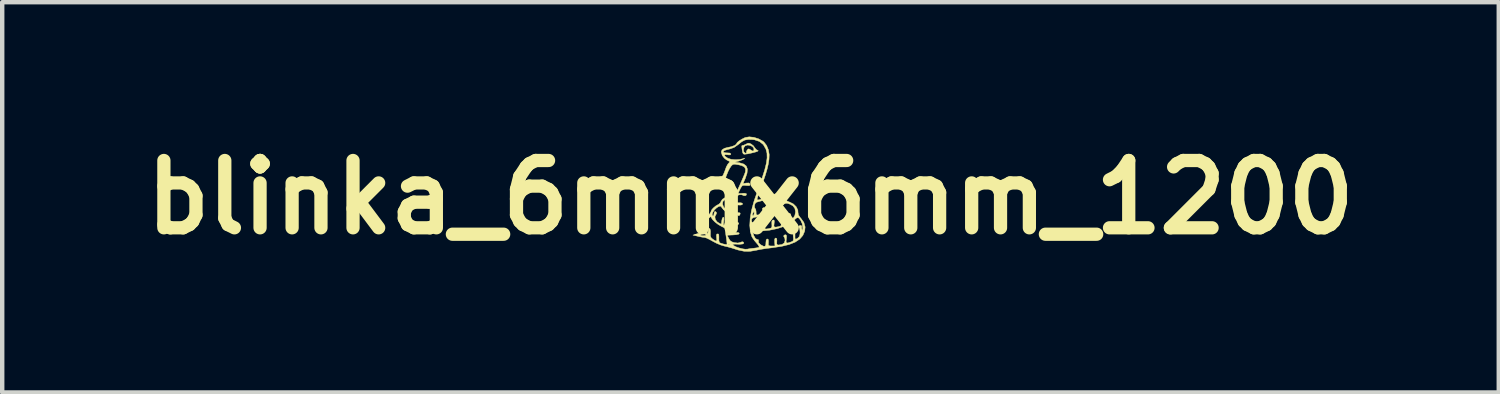
<source format=kicad_pcb>
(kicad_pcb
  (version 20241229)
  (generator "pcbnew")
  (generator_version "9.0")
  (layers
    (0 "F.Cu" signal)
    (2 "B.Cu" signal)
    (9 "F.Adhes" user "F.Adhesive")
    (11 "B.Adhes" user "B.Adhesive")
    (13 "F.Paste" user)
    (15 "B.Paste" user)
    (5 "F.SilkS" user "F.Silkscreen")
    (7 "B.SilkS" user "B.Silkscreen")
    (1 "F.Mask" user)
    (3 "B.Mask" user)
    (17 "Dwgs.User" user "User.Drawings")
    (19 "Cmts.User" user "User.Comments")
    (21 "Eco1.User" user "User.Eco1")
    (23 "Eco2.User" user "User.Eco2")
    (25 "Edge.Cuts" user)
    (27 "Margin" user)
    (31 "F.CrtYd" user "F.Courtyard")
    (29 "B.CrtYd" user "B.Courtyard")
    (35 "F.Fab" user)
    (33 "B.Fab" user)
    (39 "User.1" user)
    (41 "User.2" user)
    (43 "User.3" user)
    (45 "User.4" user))
  (footprint "blinka_6mmx6mm_1200"
    (layer "F.Cu")
    (at 13.941 1.418)
    (property "Reference" "blinka_6mmx6mm_1200" (at 0 0 0) (layer "F.SilkS") (effects (font (size 1.524 1.524) (thickness 0.3))))
    (attr through_hole)
    (fp_poly (pts (xy 0.016 -1.206) (xy 0.065 -1.168) (xy 0.095 -1.126) (xy 0.128 -1.084) (xy 0.158 -1.066) (xy 0.176 -1.055) (xy 0.161 -1.043) (xy 0.11 -1.025) (xy 0.106 -1.024) (xy 0.023 -1.003) (xy -0.061 -0.985) (xy -0.078 -0.983) (xy -0.135 -0.976) (xy -0.163 -0.984) (xy -0.175 -1.009) (xy -0.178 -1.019) (xy -0.188 -1.075) (xy -0.161 -1.075) (xy -0.15 -1.029) (xy -0.147 -1.026) (xy -0.12 -1.003) (xy -0.096 -0.995) (xy -0.09 -1.005) (xy -0.093 -1.013) (xy -0.091 -1.042) (xy -0.076 -1.07) (xy -0.053 -1.095) (xy -0.03 -1.095) (xy 0.008 -1.072) (xy 0.048 -1.049) (xy 0.068 -1.051) (xy 0.077 -1.069) (xy 0.075 -1.113) (xy 0.042 -1.151) (xy -0.009 -1.177) (xy -0.066 -1.185) (xy -0.119 -1.169) (xy -0.119 -1.169) (xy -0.149 -1.129) (xy -0.161 -1.075) (xy -0.188 -1.075) (xy -0.194 -1.11) (xy -0.198 -1.162) (xy -0.19 -1.174) (xy -0.189 -1.174) (xy -0.162 -1.177) (xy -0.116 -1.197) (xy -0.108 -1.201) (xy -0.06 -1.224) (xy -0.024 -1.224) (xy 0.016 -1.206)) (stroke (width 0.01) (type solid)) (fill yes) (layer "F.SilkS"))
    (fp_poly (pts (xy 0.078 -1.358) (xy 0.185 -1.324) (xy 0.28 -1.271) (xy 0.304 -1.252) (xy 0.363 -1.177) (xy 0.405 -1.077) (xy 0.423 -0.971) (xy 0.423 -0.957) (xy 0.419 -0.861) (xy 0.404 -0.759) (xy 0.377 -0.643) (xy 0.337 -0.507) (xy 0.28 -0.342) (xy 0.263 -0.295) (xy 0.224 -0.185) (xy 0.191 -0.089) (xy 0.165 -0.014) (xy 0.151 0.033) (xy 0.148 0.045) (xy 0.166 0.059) (xy 0.218 0.05) (xy 0.303 0.02) (xy 0.399 -0.022) (xy 0.48 -0.055) (xy 0.559 -0.077) (xy 0.612 -0.085) (xy 0.684 -0.071) (xy 0.744 -0.035) (xy 0.779 0.013) (xy 0.783 0.038) (xy 0.803 0.069) (xy 0.862 0.099) (xy 0.884 0.106) (xy 0.97 0.149) (xy 1.035 0.213) (xy 1.072 0.289) (xy 1.076 0.343) (xy 1.084 0.397) (xy 1.123 0.455) (xy 1.138 0.471) (xy 1.208 0.568) (xy 1.237 0.671) (xy 1.227 0.765) (xy 1.185 0.863) (xy 1.114 0.945) (xy 1.012 1.013) (xy 0.876 1.067) (xy 0.705 1.109) (xy 0.495 1.14) (xy 0.466 1.144) (xy 0.359 1.157) (xy 0.251 1.174) (xy 0.16 1.191) (xy 0.138 1.196) (xy -0.009 1.222) (xy -0.142 1.221) (xy -0.28 1.192) (xy -0.328 1.177) (xy -0.423 1.147) (xy -0.523 1.119) (xy -0.596 1.102) (xy -0.676 1.078) (xy -0.771 1.038) (xy -0.854 0.994) (xy -0.928 0.953) (xy -0.993 0.922) (xy -1.038 0.908) (xy -1.041 0.908) (xy -1.09 0.902) (xy -1.16 0.889) (xy -1.196 0.88) (xy -1.302 0.855) (xy -1.277 0.847) (xy -1.132 0.847) (xy -1.123 0.861) (xy -1.08 0.868) (xy -1.069 0.868) (xy -1.02 0.863) (xy -1.004 0.85) (xy -1.005 0.847) (xy -1.035 0.83) (xy -1.069 0.826) (xy -1.113 0.833) (xy -1.132 0.847) (xy -1.277 0.847) (xy -1.18 0.815) (xy -1.058 0.775) (xy -1.058 0.672) (xy -1.058 0.667) (xy -1.017 0.667) (xy -0.992 0.773) (xy -0.991 0.776) (xy -0.965 0.836) (xy -0.957 0.766) (xy -0.946 0.715) (xy -0.93 0.701) (xy -0.915 0.719) (xy -0.906 0.765) (xy -0.907 0.809) (xy -0.908 0.871) (xy -0.895 0.91) (xy -0.861 0.942) (xy -0.85 0.95) (xy -0.797 0.984) (xy -0.77 0.989) (xy -0.763 0.96) (xy -0.768 0.91) (xy -0.771 0.852) (xy -0.758 0.828) (xy -0.725 0.831) (xy -0.725 0.831) (xy -0.717 0.853) (xy -0.715 0.902) (xy -0.716 0.924) (xy -0.715 0.989) (xy -0.699 1.026) (xy -0.697 1.028) (xy -0.661 1.042) (xy -0.61 1.057) (xy -0.561 1.067) (xy -0.533 1.067) (xy -0.532 1.067) (xy -0.532 1.065) (xy -0.501 1.065) (xy -0.498 1.078) (xy -0.487 1.079) (xy -0.469 1.072) (xy -0.473 1.065) (xy -0.498 1.063) (xy -0.501 1.065) (xy -0.532 1.065) (xy -0.532 1.045) (xy -0.537 0.991) (xy -0.547 0.915) (xy -0.553 0.878) (xy -0.581 0.695) (xy -0.666 0.652) (xy -0.738 0.609) (xy -0.806 0.556) (xy -0.858 0.503) (xy -0.887 0.458) (xy -0.89 0.446) (xy -0.901 0.436) (xy -0.935 0.463) (xy -0.953 0.482) (xy -1.004 0.567) (xy -1.017 0.667) (xy -1.058 0.667) (xy -1.052 0.588) (xy -1.03 0.52) (xy -0.985 0.45) (xy -0.949 0.407) (xy -0.933 0.386) (xy -0.868 0.386) (xy -0.858 0.417) (xy -0.847 0.423) (xy -0.831 0.405) (xy -0.826 0.37) (xy -0.816 0.328) (xy -0.794 0.319) (xy -0.771 0.341) (xy -0.771 0.373) (xy -0.781 0.387) (xy -0.806 0.438) (xy -0.797 0.498) (xy -0.758 0.552) (xy -0.736 0.568) (xy -0.691 0.595) (xy -0.664 0.606) (xy -0.662 0.606) (xy -0.657 0.583) (xy -0.651 0.535) (xy -0.65 0.529) (xy -0.64 0.479) (xy -0.621 0.451) (xy -0.619 0.45) (xy -0.604 0.456) (xy -0.601 0.493) (xy -0.606 0.538) (xy -0.612 0.604) (xy -0.607 0.632) (xy -0.594 0.625) (xy -0.577 0.586) (xy -0.559 0.517) (xy -0.555 0.496) (xy -0.528 0.356) (xy -0.589 0.3) (xy -0.616 0.271) (xy -0.508 0.271) (xy -0.504 0.295) (xy -0.49 0.279) (xy -0.487 0.275) (xy -0.469 0.239) (xy -0.466 0.226) (xy -0.479 0.219) (xy -0.487 0.222) (xy -0.505 0.252) (xy -0.508 0.271) (xy -0.616 0.271) (xy -0.631 0.256) (xy -0.657 0.219) (xy -0.659 0.214) (xy -0.681 0.197) (xy -0.72 0.207) (xy -0.766 0.236) (xy -0.812 0.279) (xy -0.848 0.328) (xy -0.867 0.375) (xy -0.868 0.386) (xy -0.933 0.386) (xy -0.912 0.357) (xy -0.891 0.317) (xy -0.889 0.308) (xy -0.873 0.275) (xy -0.833 0.233) (xy -0.781 0.191) (xy -0.731 0.163) (xy -0.722 0.159) (xy -0.71 0.15) (xy -0.635 0.15) (xy -0.608 0.22) (xy -0.602 0.228) (xy -0.568 0.26) (xy -0.541 0.257) (xy -0.533 0.224) (xy -0.536 0.209) (xy -0.534 0.168) (xy -0.508 0.154) (xy -0.478 0.168) (xy -0.455 0.175) (xy -0.434 0.15) (xy -0.423 0.127) (xy -0.407 0.074) (xy -0.419 0.046) (xy -0.464 0.036) (xy -0.499 0.036) (xy -0.578 0.052) (xy -0.624 0.092) (xy -0.635 0.15) (xy -0.71 0.15) (xy -0.686 0.131) (xy -0.668 0.093) (xy -0.636 0.044) (xy -0.576 0.007) (xy -0.5 -0.012) (xy -0.438 -0.01) (xy -0.37 0.002) (xy -0.25 -0.259) (xy -0.205 -0.36) (xy -0.165 -0.452) (xy -0.134 -0.525) (xy -0.118 -0.571) (xy -0.116 -0.575) (xy -0.112 -0.641) (xy -0.139 -0.689) (xy -0.202 -0.721) (xy -0.269 -0.737) (xy -0.339 -0.749) (xy -0.382 -0.749) (xy -0.41 -0.736) (xy -0.437 -0.709) (xy -0.47 -0.661) (xy -0.506 -0.591) (xy -0.529 -0.535) (xy -0.558 -0.461) (xy -0.588 -0.397) (xy -0.605 -0.365) (xy -0.635 -0.33) (xy -0.659 -0.318) (xy -0.668 -0.332) (xy -0.664 -0.349) (xy -0.664 -0.376) (xy -0.674 -0.381) (xy -0.678 -0.396) (xy -0.66 -0.434) (xy -0.648 -0.453) (xy -0.611 -0.521) (xy -0.579 -0.601) (xy -0.572 -0.621) (xy -0.547 -0.69) (xy -0.515 -0.748) (xy -0.504 -0.762) (xy -0.476 -0.795) (xy -0.469 -0.811) (xy -0.491 -0.822) (xy -0.535 -0.845) (xy -0.54 -0.847) (xy -0.593 -0.888) (xy -0.637 -0.946) (xy -0.64 -0.952) (xy -0.661 -1.022) (xy -0.657 -1.036) (xy -0.619 -1.036) (xy -0.608 -1.018) (xy -0.564 -1.008) (xy -0.528 -1.007) (xy -0.468 -1.003) (xy -0.445 -0.985) (xy -0.445 -0.98) (xy -0.455 -0.962) (xy -0.493 -0.961) (xy -0.521 -0.965) (xy -0.574 -0.968) (xy -0.591 -0.954) (xy -0.573 -0.926) (xy -0.521 -0.891) (xy -0.507 -0.883) (xy -0.434 -0.86) (xy -0.338 -0.852) (xy -0.239 -0.858) (xy -0.159 -0.877) (xy -0.132 -0.886) (xy -0.141 -0.875) (xy -0.148 -0.87) (xy -0.188 -0.849) (xy -0.248 -0.827) (xy -0.265 -0.822) (xy -0.349 -0.797) (xy -0.243 -0.781) (xy -0.152 -0.754) (xy -0.095 -0.708) (xy -0.07 -0.64) (xy -0.078 -0.548) (xy -0.118 -0.429) (xy -0.128 -0.406) (xy -0.169 -0.312) (xy -0.097 -0.324) (xy -0.038 -0.326) (xy -0.014 -0.307) (xy -0.01 -0.278) (xy -0.032 -0.265) (xy -0.087 -0.267) (xy -0.105 -0.269) (xy -0.157 -0.273) (xy -0.188 -0.262) (xy -0.214 -0.226) (xy -0.231 -0.194) (xy -0.258 -0.139) (xy -0.273 -0.101) (xy -0.275 -0.093) (xy -0.257 -0.087) (xy -0.21 -0.088) (xy -0.191 -0.09) (xy -0.133 -0.093) (xy -0.097 -0.084) (xy -0.093 -0.08) (xy -0.093 -0.054) (xy -0.119 -0.037) (xy -0.153 -0.039) (xy -0.162 -0.045) (xy -0.201 -0.059) (xy -0.246 -0.06) (xy -0.287 -0.046) (xy -0.319 -0.008) (xy -0.342 0.039) (xy -0.381 0.13) (xy -0.28 0.124) (xy -0.217 0.123) (xy -0.186 0.133) (xy -0.18 0.149) (xy -0.19 0.167) (xy -0.225 0.175) (xy -0.288 0.173) (xy -0.352 0.17) (xy -0.388 0.178) (xy -0.41 0.203) (xy -0.429 0.247) (xy -0.448 0.3) (xy -0.449 0.328) (xy -0.432 0.345) (xy -0.429 0.346) (xy -0.389 0.355) (xy -0.329 0.353) (xy -0.315 0.351) (xy -0.26 0.346) (xy -0.236 0.355) (xy -0.233 0.369) (xy -0.244 0.403) (xy -0.268 0.415) (xy -0.286 0.403) (xy -0.313 0.389) (xy -0.367 0.382) (xy -0.389 0.381) (xy -0.447 0.384) (xy -0.478 0.399) (xy -0.497 0.438) (xy -0.506 0.469) (xy -0.521 0.527) (xy -0.519 0.559) (xy -0.504 0.575) (xy -0.464 0.585) (xy -0.4 0.586) (xy -0.328 0.577) (xy -0.296 0.57) (xy -0.269 0.578) (xy -0.265 0.593) (xy -0.273 0.61) (xy -0.302 0.618) (xy -0.362 0.619) (xy -0.397 0.617) (xy -0.529 0.61) (xy -0.529 0.81) (xy -0.392 0.799) (xy -0.314 0.795) (xy -0.271 0.799) (xy -0.255 0.811) (xy -0.254 0.816) (xy -0.269 0.834) (xy -0.318 0.845) (xy -0.392 0.851) (xy -0.529 0.857) (xy -0.492 0.931) (xy -0.459 0.983) (xy -0.413 1.011) (xy -0.363 1.025) (xy -0.285 1.034) (xy -0.233 1.021) (xy -0.229 1.019) (xy -0.187 1.005) (xy -0.157 1.015) (xy -0.154 1.043) (xy -0.179 1.056) (xy -0.238 1.062) (xy -0.282 1.061) (xy -0.347 1.059) (xy -0.39 1.061) (xy -0.402 1.065) (xy -0.383 1.09) (xy -0.334 1.118) (xy -0.266 1.143) (xy -0.191 1.163) (xy -0.121 1.174) (xy -0.068 1.172) (xy -0.064 1.171) (xy -0.024 1.163) (xy 0.038 1.155) (xy 0.071 1.152) (xy 0.135 1.144) (xy 0.182 1.135) (xy 0.194 1.13) (xy 0.193 1.109) (xy 0.167 1.069) (xy 0.142 1.04) (xy 0.089 0.978) (xy 0.044 0.913) (xy 0.032 0.892) (xy -0.003 0.782) (xy -0.004 0.772) (xy 0.042 0.772) (xy 0.05 0.796) (xy 0.068 0.845) (xy 0.076 0.867) (xy 0.11 0.929) (xy 0.146 0.952) (xy 0.152 0.953) (xy 0.182 0.962) (xy 0.181 0.992) (xy 0.183 1.028) (xy 0.219 1.064) (xy 0.237 1.077) (xy 0.297 1.108) (xy 0.331 1.108) (xy 0.347 1.072) (xy 0.349 1.025) (xy 0.355 0.966) (xy 0.373 0.943) (xy 0.381 0.942) (xy 0.402 0.953) (xy 0.407 0.994) (xy 0.406 1.021) (xy 0.404 1.073) (xy 0.417 1.095) (xy 0.456 1.101) (xy 0.476 1.101) (xy 0.554 1.101) (xy 0.547 1.011) (xy 0.547 0.951) (xy 0.558 0.925) (xy 0.572 0.921) (xy 0.593 0.933) (xy 0.598 0.974) (xy 0.596 1) (xy 0.595 1.053) (xy 0.607 1.075) (xy 0.632 1.079) (xy 0.714 1.067) (xy 0.766 1.031) (xy 0.783 0.975) (xy 0.777 0.926) (xy 0.762 0.899) (xy 0.749 0.876) (xy 0.767 0.853) (xy 0.795 0.847) (xy 0.812 0.856) (xy 0.817 0.891) (xy 0.812 0.942) (xy 0.806 1.003) (xy 0.816 1.031) (xy 0.85 1.032) (xy 0.91 1.013) (xy 0.949 0.997) (xy 0.969 0.978) (xy 0.973 0.941) (xy 0.967 0.875) (xy 0.963 0.806) (xy 0.969 0.771) (xy 0.983 0.762) (xy 1.002 0.779) (xy 1.008 0.831) (xy 1.008 0.857) (xy 1.008 0.92) (xy 1.016 0.947) (xy 1.04 0.942) (xy 1.075 0.92) (xy 1.107 0.885) (xy 1.12 0.833) (xy 1.122 0.794) (xy 1.117 0.734) (xy 1.106 0.694) (xy 1.1 0.688) (xy 1.088 0.664) (xy 1.106 0.642) (xy 1.136 0.635) (xy 1.159 0.648) (xy 1.159 0.661) (xy 1.158 0.702) (xy 1.166 0.73) (xy 1.177 0.749) (xy 1.182 0.731) (xy 1.184 0.692) (xy 1.171 0.598) (xy 1.133 0.514) (xy 1.093 0.468) (xy 1.069 0.458) (xy 1.04 0.469) (xy 0.997 0.506) (xy 0.978 0.525) (xy 0.883 0.596) (xy 0.755 0.658) (xy 0.603 0.708) (xy 0.435 0.743) (xy 0.259 0.76) (xy 0.189 0.762) (xy 0.116 0.763) (xy 0.064 0.767) (xy 0.042 0.772) (xy 0.042 0.772) (xy -0.004 0.772) (xy -0.016 0.644) (xy 0.023 0.644) (xy 0.027 0.671) (xy 0.034 0.672) (xy 0.039 0.643) (xy 0.036 0.631) (xy 0.026 0.623) (xy 0.023 0.644) (xy -0.016 0.644) (xy -0.017 0.643) (xy -0.01 0.52) (xy 0.02 0.52) (xy 0.032 0.559) (xy 0.06 0.577) (xy 0.087 0.594) (xy 0.092 0.635) (xy 0.09 0.653) (xy 0.086 0.693) (xy 0.096 0.713) (xy 0.131 0.719) (xy 0.179 0.72) (xy 0.279 0.72) (xy 0.272 0.63) (xy 0.271 0.571) (xy 0.282 0.544) (xy 0.296 0.54) (xy 0.316 0.55) (xy 0.323 0.587) (xy 0.321 0.63) (xy 0.319 0.686) (xy 0.331 0.713) (xy 0.366 0.716) (xy 0.422 0.706) (xy 0.465 0.694) (xy 0.483 0.673) (xy 0.485 0.628) (xy 0.483 0.606) (xy 0.483 0.547) (xy 0.497 0.519) (xy 0.512 0.512) (xy 0.533 0.515) (xy 0.54 0.54) (xy 0.535 0.591) (xy 0.53 0.645) (xy 0.54 0.671) (xy 0.574 0.674) (xy 0.635 0.664) (xy 0.675 0.653) (xy 0.694 0.636) (xy 0.698 0.598) (xy 0.693 0.547) (xy 0.69 0.482) (xy 0.698 0.451) (xy 0.712 0.445) (xy 0.733 0.464) (xy 0.741 0.522) (xy 0.741 0.529) (xy 0.748 0.591) (xy 0.772 0.613) (xy 0.814 0.599) (xy 0.834 0.586) (xy 0.867 0.538) (xy 0.873 0.466) (xy 0.859 0.406) (xy 0.852 0.37) (xy 0.869 0.362) (xy 0.882 0.363) (xy 0.907 0.377) (xy 0.916 0.412) (xy 0.915 0.455) (xy 0.909 0.54) (xy 0.962 0.48) (xy 1.005 0.408) (xy 1.019 0.328) (xy 1.005 0.251) (xy 0.962 0.194) (xy 0.902 0.158) (xy 0.845 0.137) (xy 0.798 0.134) (xy 0.758 0.153) (xy 0.722 0.188) (xy 0.672 0.229) (xy 0.599 0.277) (xy 0.517 0.322) (xy 0.508 0.327) (xy 0.43 0.362) (xy 0.356 0.39) (xy 0.274 0.413) (xy 0.172 0.437) (xy 0.069 0.457) (xy 0.032 0.481) (xy 0.02 0.52) (xy -0.01 0.52) (xy -0.008 0.48) (xy 0.004 0.408) (xy 0.045 0.408) (xy 0.059 0.415) (xy 0.064 0.413) (xy 0.08 0.383) (xy 0.084 0.353) (xy 0.081 0.323) (xy 0.068 0.332) (xy 0.064 0.339) (xy 0.046 0.378) (xy 0.045 0.408) (xy 0.004 0.408) (xy 0.022 0.301) (xy 0.041 0.229) (xy 0.09 0.229) (xy 0.103 0.25) (xy 0.119 0.274) (xy 0.127 0.323) (xy 0.127 0.332) (xy 0.129 0.382) (xy 0.145 0.4) (xy 0.184 0.396) (xy 0.195 0.394) (xy 0.249 0.378) (xy 0.284 0.359) (xy 0.285 0.359) (xy 0.293 0.324) (xy 0.281 0.298) (xy 0.267 0.256) (xy 0.289 0.235) (xy 0.31 0.233) (xy 0.328 0.247) (xy 0.325 0.294) (xy 0.325 0.296) (xy 0.318 0.338) (xy 0.325 0.356) (xy 0.354 0.35) (xy 0.412 0.327) (xy 0.461 0.303) (xy 0.48 0.278) (xy 0.477 0.239) (xy 0.476 0.232) (xy 0.471 0.187) (xy 0.486 0.17) (xy 0.496 0.169) (xy 0.523 0.188) (xy 0.529 0.223) (xy 0.529 0.278) (xy 0.594 0.239) (xy 0.637 0.208) (xy 0.651 0.174) (xy 0.646 0.132) (xy 0.641 0.084) (xy 0.655 0.065) (xy 0.666 0.064) (xy 0.693 0.082) (xy 0.699 0.111) (xy 0.702 0.142) (xy 0.715 0.134) (xy 0.72 0.127) (xy 0.74 0.065) (xy 0.723 0.01) (xy 0.677 -0.029) (xy 0.611 -0.042) (xy 0.559 -0.034) (xy 0.486 -0.012) (xy 0.406 0.019) (xy 0.406 0.019) (xy 0.323 0.053) (xy 0.243 0.081) (xy 0.186 0.096) (xy 0.132 0.112) (xy 0.104 0.141) (xy 0.094 0.176) (xy 0.09 0.229) (xy 0.041 0.229) (xy 0.073 0.111) (xy 0.095 0.042) (xy 0.131 -0.059) (xy 0.175 -0.184) (xy 0.221 -0.317) (xy 0.262 -0.434) (xy 0.321 -0.617) (xy 0.359 -0.77) (xy 0.376 -0.896) (xy 0.373 -1.002) (xy 0.35 -1.09) (xy 0.291 -1.194) (xy 0.204 -1.265) (xy 0.091 -1.303) (xy 0.052 -1.308) (xy -0.05 -1.311) (xy -0.128 -1.297) (xy -0.197 -1.261) (xy -0.262 -1.207) (xy -0.371 -1.13) (xy -0.456 -1.099) (xy -0.524 -1.082) (xy -0.577 -1.065) (xy -0.593 -1.059) (xy -0.619 -1.036) (xy -0.657 -1.036) (xy -0.645 -1.074) (xy -0.591 -1.11) (xy -0.527 -1.127) (xy -0.434 -1.147) (xy -0.363 -1.173) (xy -0.324 -1.2) (xy -0.317 -1.214) (xy -0.3 -1.242) (xy -0.255 -1.28) (xy -0.194 -1.318) (xy -0.128 -1.351) (xy -0.116 -1.355) (xy -0.027 -1.37) (xy 0.078 -1.358)) (stroke (width 0.01) (type solid)) (fill yes) (layer "F.SilkS")))
  (gr_rect
    (start -3 -3)
    (end 30.882 5.836)
    (stroke (width 0.1) (type default))
    (fill no)
    (layer "Edge.Cuts")))
</source>
